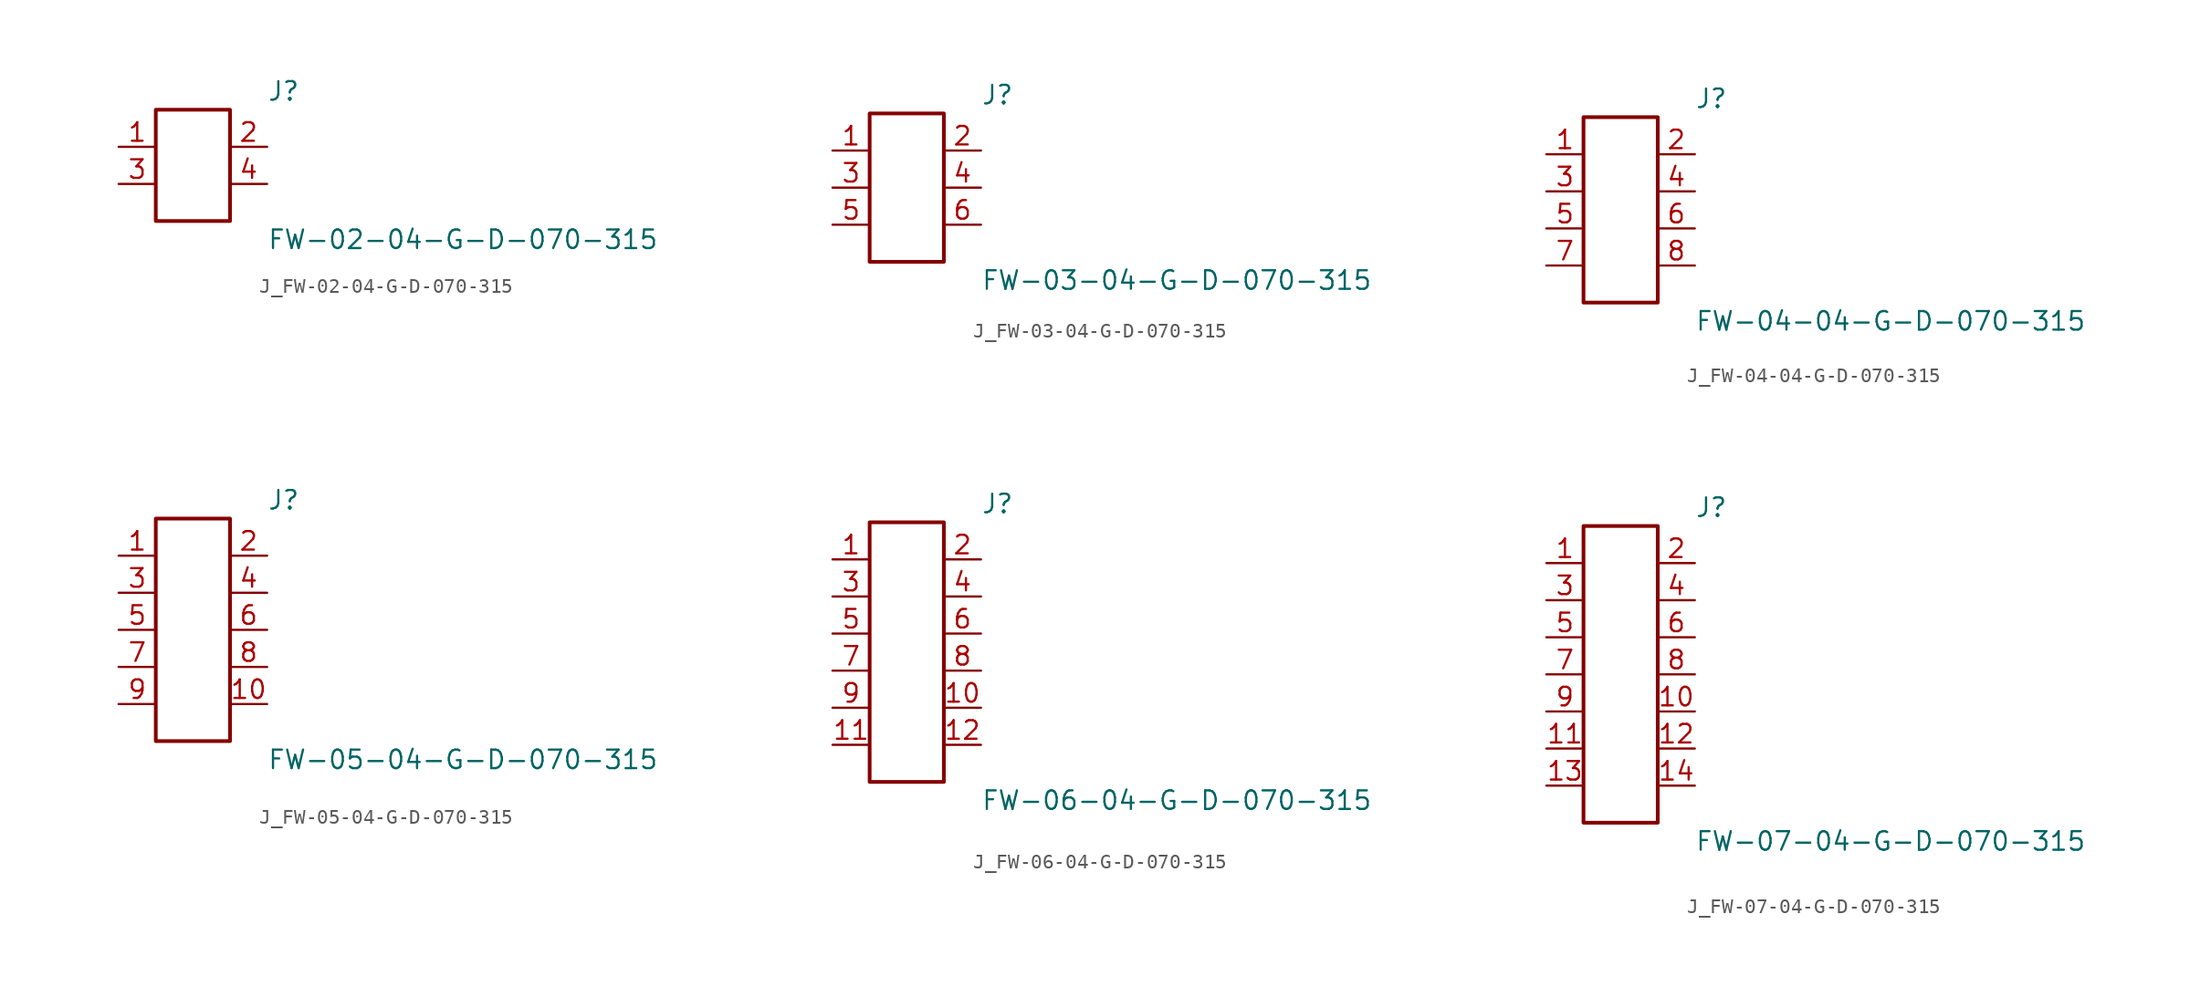
<source format=kicad_sym>
(kicad_symbol_lib
  (version 20231120)
  (generator kicad_symbol_editor)
  (generator_version 8.0)
  (symbol "J_FW-02-04-G-D-070-315"
    (pin_names
      (offset 0.254))
    (property "Reference" "J"
      (at 5.08 5.08 0)
      (effects (font (size 1.27 1.27)) (justify left)))
    (property "Value" "FW-02-04-G-D-070-315"
      (at 5.08 -5.08 0)
      (effects (font (size 1.27 1.27)) (justify left)))
    (symbol "J_FW-02-04-G-D-070-315_0_0"
      (pin passive line (at -5.08 1.27 0) (length 2.54) (name "" (effects (font (size 1.27 1.27)))) (number "1" (effects (font (size 1.27 1.27)))))
      (pin passive line (at 5.08 1.27 180) (length 2.54) (name "" (effects (font (size 1.27 1.27)))) (number "2" (effects (font (size 1.27 1.27)))))
      (pin passive line (at -5.08 -1.27 0) (length 2.54) (name "" (effects (font (size 1.27 1.27)))) (number "3" (effects (font (size 1.27 1.27)))))
      (pin passive line (at 5.08 -1.27 180) (length 2.54) (name "" (effects (font (size 1.27 1.27)))) (number "4" (effects (font (size 1.27 1.27))))))
    (symbol "J_FW-02-04-G-D-070-315_1_0"
      (rectangle (start -2.54 3.81) (end 2.54 -3.81) (stroke (width 0.254) (type solid)) (fill (type none)))))
  (symbol "J_FW-03-04-G-D-070-315"
    (pin_names
      (offset 0.254))
    (property "Reference" "J"
      (at 5.08 6.35 0)
      (effects (font (size 1.27 1.27)) (justify left)))
    (property "Value" "FW-03-04-G-D-070-315"
      (at 5.08 -6.35 0)
      (effects (font (size 1.27 1.27)) (justify left)))
    (symbol "J_FW-03-04-G-D-070-315_0_0"
      (pin passive line (at -5.08 2.54 0) (length 2.54) (name "" (effects (font (size 1.27 1.27)))) (number "1" (effects (font (size 1.27 1.27)))))
      (pin passive line (at 5.08 2.54 180) (length 2.54) (name "" (effects (font (size 1.27 1.27)))) (number "2" (effects (font (size 1.27 1.27)))))
      (pin passive line (at -5.08 0.0 0) (length 2.54) (name "" (effects (font (size 1.27 1.27)))) (number "3" (effects (font (size 1.27 1.27)))))
      (pin passive line (at 5.08 0.0 180) (length 2.54) (name "" (effects (font (size 1.27 1.27)))) (number "4" (effects (font (size 1.27 1.27)))))
      (pin passive line (at -5.08 -2.54 0) (length 2.54) (name "" (effects (font (size 1.27 1.27)))) (number "5" (effects (font (size 1.27 1.27)))))
      (pin passive line (at 5.08 -2.54 180) (length 2.54) (name "" (effects (font (size 1.27 1.27)))) (number "6" (effects (font (size 1.27 1.27))))))
    (symbol "J_FW-03-04-G-D-070-315_1_0"
      (rectangle (start -2.54 5.08) (end 2.54 -5.08) (stroke (width 0.254) (type solid)) (fill (type none)))))
  (symbol "J_FW-04-04-G-D-070-315"
    (pin_names
      (offset 0.254))
    (property "Reference" "J"
      (at 5.08 7.62 0)
      (effects (font (size 1.27 1.27)) (justify left)))
    (property "Value" "FW-04-04-G-D-070-315"
      (at 5.08 -7.62 0)
      (effects (font (size 1.27 1.27)) (justify left)))
    (symbol "J_FW-04-04-G-D-070-315_0_0"
      (pin passive line (at -5.08 3.81 0) (length 2.54) (name "" (effects (font (size 1.27 1.27)))) (number "1" (effects (font (size 1.27 1.27)))))
      (pin passive line (at 5.08 3.81 180) (length 2.54) (name "" (effects (font (size 1.27 1.27)))) (number "2" (effects (font (size 1.27 1.27)))))
      (pin passive line (at -5.08 1.27 0) (length 2.54) (name "" (effects (font (size 1.27 1.27)))) (number "3" (effects (font (size 1.27 1.27)))))
      (pin passive line (at 5.08 1.27 180) (length 2.54) (name "" (effects (font (size 1.27 1.27)))) (number "4" (effects (font (size 1.27 1.27)))))
      (pin passive line (at -5.08 -1.27 0) (length 2.54) (name "" (effects (font (size 1.27 1.27)))) (number "5" (effects (font (size 1.27 1.27)))))
      (pin passive line (at 5.08 -1.27 180) (length 2.54) (name "" (effects (font (size 1.27 1.27)))) (number "6" (effects (font (size 1.27 1.27)))))
      (pin passive line (at -5.08 -3.81 0) (length 2.54) (name "" (effects (font (size 1.27 1.27)))) (number "7" (effects (font (size 1.27 1.27)))))
      (pin passive line (at 5.08 -3.81 180) (length 2.54) (name "" (effects (font (size 1.27 1.27)))) (number "8" (effects (font (size 1.27 1.27))))))
    (symbol "J_FW-04-04-G-D-070-315_1_0"
      (rectangle (start -2.54 6.35) (end 2.54 -6.35) (stroke (width 0.254) (type solid)) (fill (type none)))))
  (symbol "J_FW-05-04-G-D-070-315"
    (pin_names
      (offset 0.254))
    (property "Reference" "J"
      (at 5.08 8.89 0)
      (effects (font (size 1.27 1.27)) (justify left)))
    (property "Value" "FW-05-04-G-D-070-315"
      (at 5.08 -8.89 0)
      (effects (font (size 1.27 1.27)) (justify left)))
    (symbol "J_FW-05-04-G-D-070-315_0_0"
      (pin passive line (at -5.08 5.08 0) (length 2.54) (name "" (effects (font (size 1.27 1.27)))) (number "1" (effects (font (size 1.27 1.27)))))
      (pin passive line (at 5.08 5.08 180) (length 2.54) (name "" (effects (font (size 1.27 1.27)))) (number "2" (effects (font (size 1.27 1.27)))))
      (pin passive line (at -5.08 2.54 0) (length 2.54) (name "" (effects (font (size 1.27 1.27)))) (number "3" (effects (font (size 1.27 1.27)))))
      (pin passive line (at 5.08 2.54 180) (length 2.54) (name "" (effects (font (size 1.27 1.27)))) (number "4" (effects (font (size 1.27 1.27)))))
      (pin passive line (at -5.08 0.0 0) (length 2.54) (name "" (effects (font (size 1.27 1.27)))) (number "5" (effects (font (size 1.27 1.27)))))
      (pin passive line (at 5.08 0.0 180) (length 2.54) (name "" (effects (font (size 1.27 1.27)))) (number "6" (effects (font (size 1.27 1.27)))))
      (pin passive line (at -5.08 -2.54 0) (length 2.54) (name "" (effects (font (size 1.27 1.27)))) (number "7" (effects (font (size 1.27 1.27)))))
      (pin passive line (at 5.08 -2.54 180) (length 2.54) (name "" (effects (font (size 1.27 1.27)))) (number "8" (effects (font (size 1.27 1.27)))))
      (pin passive line (at -5.08 -5.08 0) (length 2.54) (name "" (effects (font (size 1.27 1.27)))) (number "9" (effects (font (size 1.27 1.27)))))
      (pin passive line (at 5.08 -5.08 180) (length 2.54) (name "" (effects (font (size 1.27 1.27)))) (number "10" (effects (font (size 1.27 1.27))))))
    (symbol "J_FW-05-04-G-D-070-315_1_0"
      (rectangle (start -2.54 7.62) (end 2.54 -7.62) (stroke (width 0.254) (type solid)) (fill (type none)))))
  (symbol "J_FW-06-04-G-D-070-315"
    (pin_names
      (offset 0.254))
    (property "Reference" "J"
      (at 5.08 10.16 0)
      (effects (font (size 1.27 1.27)) (justify left)))
    (property "Value" "FW-06-04-G-D-070-315"
      (at 5.08 -10.16 0)
      (effects (font (size 1.27 1.27)) (justify left)))
    (symbol "J_FW-06-04-G-D-070-315_0_0"
      (pin passive line (at -5.08 6.35 0) (length 2.54) (name "" (effects (font (size 1.27 1.27)))) (number "1" (effects (font (size 1.27 1.27)))))
      (pin passive line (at 5.08 6.35 180) (length 2.54) (name "" (effects (font (size 1.27 1.27)))) (number "2" (effects (font (size 1.27 1.27)))))
      (pin passive line (at -5.08 3.81 0) (length 2.54) (name "" (effects (font (size 1.27 1.27)))) (number "3" (effects (font (size 1.27 1.27)))))
      (pin passive line (at 5.08 3.81 180) (length 2.54) (name "" (effects (font (size 1.27 1.27)))) (number "4" (effects (font (size 1.27 1.27)))))
      (pin passive line (at -5.08 1.27 0) (length 2.54) (name "" (effects (font (size 1.27 1.27)))) (number "5" (effects (font (size 1.27 1.27)))))
      (pin passive line (at 5.08 1.27 180) (length 2.54) (name "" (effects (font (size 1.27 1.27)))) (number "6" (effects (font (size 1.27 1.27)))))
      (pin passive line (at -5.08 -1.27 0) (length 2.54) (name "" (effects (font (size 1.27 1.27)))) (number "7" (effects (font (size 1.27 1.27)))))
      (pin passive line (at 5.08 -1.27 180) (length 2.54) (name "" (effects (font (size 1.27 1.27)))) (number "8" (effects (font (size 1.27 1.27)))))
      (pin passive line (at -5.08 -3.81 0) (length 2.54) (name "" (effects (font (size 1.27 1.27)))) (number "9" (effects (font (size 1.27 1.27)))))
      (pin passive line (at 5.08 -3.81 180) (length 2.54) (name "" (effects (font (size 1.27 1.27)))) (number "10" (effects (font (size 1.27 1.27)))))
      (pin passive line (at -5.08 -6.35 0) (length 2.54) (name "" (effects (font (size 1.27 1.27)))) (number "11" (effects (font (size 1.27 1.27)))))
      (pin passive line (at 5.08 -6.35 180) (length 2.54) (name "" (effects (font (size 1.27 1.27)))) (number "12" (effects (font (size 1.27 1.27))))))
    (symbol "J_FW-06-04-G-D-070-315_1_0"
      (rectangle (start -2.54 8.89) (end 2.54 -8.89) (stroke (width 0.254) (type solid)) (fill (type none)))))
  (symbol "J_FW-07-04-G-D-070-315"
    (pin_names
      (offset 0.254))
    (property "Reference" "J"
      (at 5.08 11.43 0)
      (effects (font (size 1.27 1.27)) (justify left)))
    (property "Value" "FW-07-04-G-D-070-315"
      (at 5.08 -11.43 0)
      (effects (font (size 1.27 1.27)) (justify left)))
    (symbol "J_FW-07-04-G-D-070-315_0_0"
      (pin passive line (at -5.08 7.62 0) (length 2.54) (name "" (effects (font (size 1.27 1.27)))) (number "1" (effects (font (size 1.27 1.27)))))
      (pin passive line (at 5.08 7.62 180) (length 2.54) (name "" (effects (font (size 1.27 1.27)))) (number "2" (effects (font (size 1.27 1.27)))))
      (pin passive line (at -5.08 5.08 0) (length 2.54) (name "" (effects (font (size 1.27 1.27)))) (number "3" (effects (font (size 1.27 1.27)))))
      (pin passive line (at 5.08 5.08 180) (length 2.54) (name "" (effects (font (size 1.27 1.27)))) (number "4" (effects (font (size 1.27 1.27)))))
      (pin passive line (at -5.08 2.54 0) (length 2.54) (name "" (effects (font (size 1.27 1.27)))) (number "5" (effects (font (size 1.27 1.27)))))
      (pin passive line (at 5.08 2.54 180) (length 2.54) (name "" (effects (font (size 1.27 1.27)))) (number "6" (effects (font (size 1.27 1.27)))))
      (pin passive line (at -5.08 0.0 0) (length 2.54) (name "" (effects (font (size 1.27 1.27)))) (number "7" (effects (font (size 1.27 1.27)))))
      (pin passive line (at 5.08 0.0 180) (length 2.54) (name "" (effects (font (size 1.27 1.27)))) (number "8" (effects (font (size 1.27 1.27)))))
      (pin passive line (at -5.08 -2.54 0) (length 2.54) (name "" (effects (font (size 1.27 1.27)))) (number "9" (effects (font (size 1.27 1.27)))))
      (pin passive line (at 5.08 -2.54 180) (length 2.54) (name "" (effects (font (size 1.27 1.27)))) (number "10" (effects (font (size 1.27 1.27)))))
      (pin passive line (at -5.08 -5.08 0) (length 2.54) (name "" (effects (font (size 1.27 1.27)))) (number "11" (effects (font (size 1.27 1.27)))))
      (pin passive line (at 5.08 -5.08 180) (length 2.54) (name "" (effects (font (size 1.27 1.27)))) (number "12" (effects (font (size 1.27 1.27)))))
      (pin passive line (at -5.08 -7.62 0) (length 2.54) (name "" (effects (font (size 1.27 1.27)))) (number "13" (effects (font (size 1.27 1.27)))))
      (pin passive line (at 5.08 -7.62 180) (length 2.54) (name "" (effects (font (size 1.27 1.27)))) (number "14" (effects (font (size 1.27 1.27))))))
    (symbol "J_FW-07-04-G-D-070-315_1_0"
      (rectangle (start -2.54 10.16) (end 2.54 -10.16) (stroke (width 0.254) (type solid)) (fill (type none))))))
</source>
